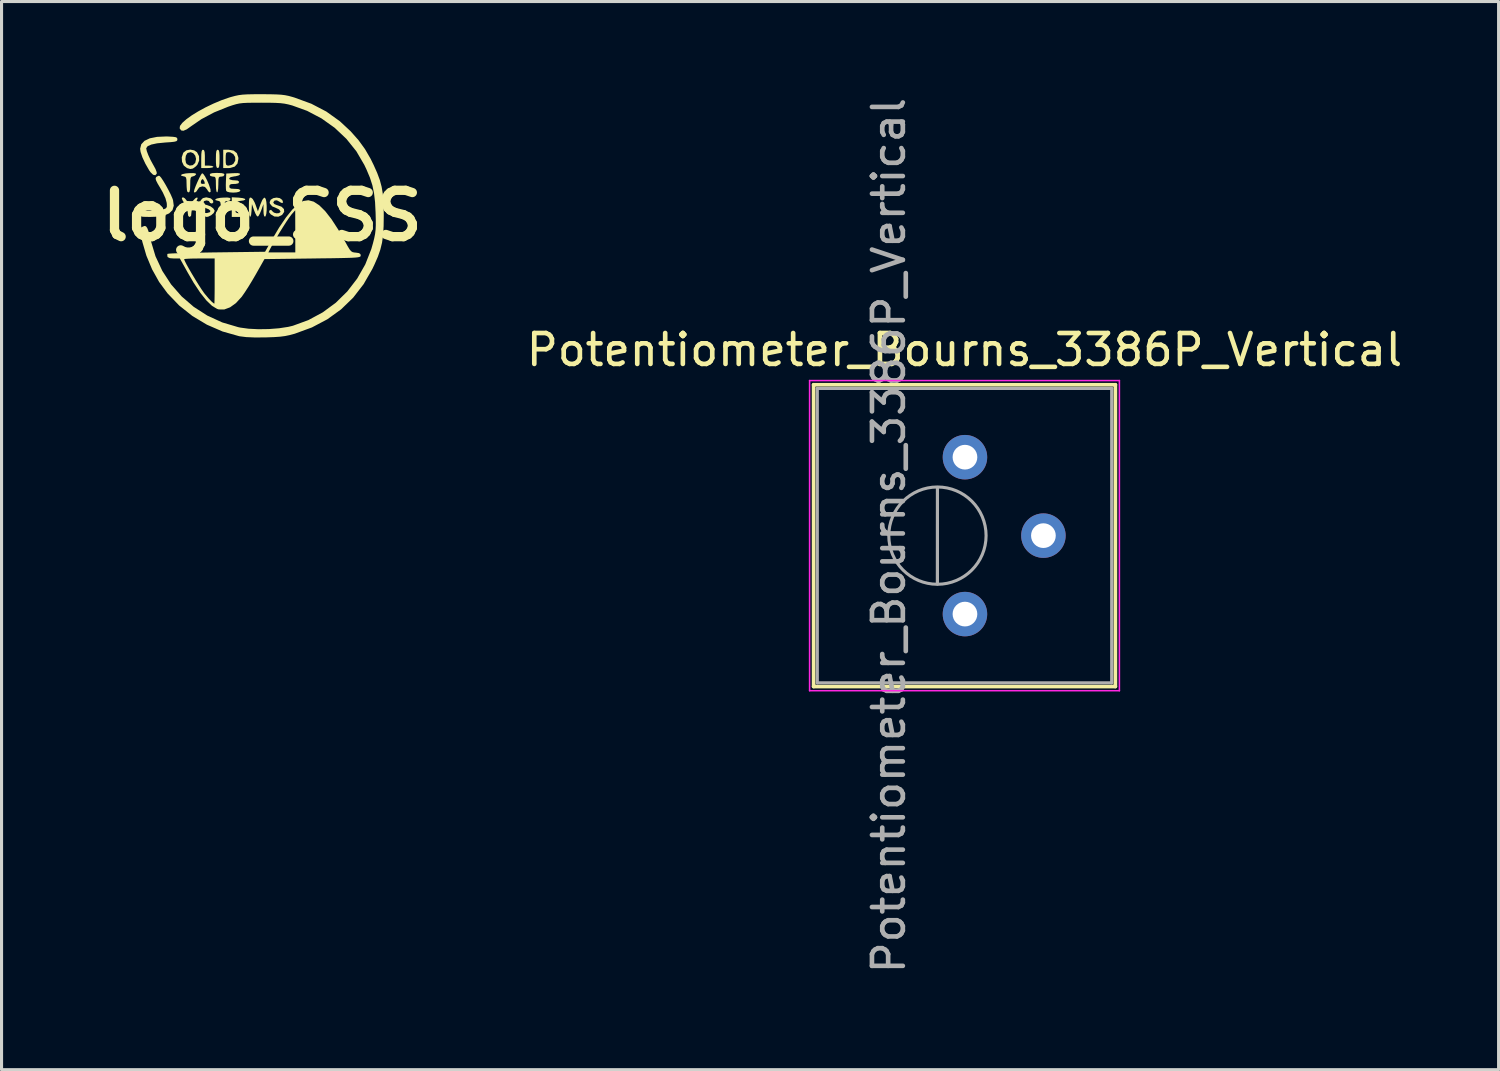
<source format=kicad_pcb>
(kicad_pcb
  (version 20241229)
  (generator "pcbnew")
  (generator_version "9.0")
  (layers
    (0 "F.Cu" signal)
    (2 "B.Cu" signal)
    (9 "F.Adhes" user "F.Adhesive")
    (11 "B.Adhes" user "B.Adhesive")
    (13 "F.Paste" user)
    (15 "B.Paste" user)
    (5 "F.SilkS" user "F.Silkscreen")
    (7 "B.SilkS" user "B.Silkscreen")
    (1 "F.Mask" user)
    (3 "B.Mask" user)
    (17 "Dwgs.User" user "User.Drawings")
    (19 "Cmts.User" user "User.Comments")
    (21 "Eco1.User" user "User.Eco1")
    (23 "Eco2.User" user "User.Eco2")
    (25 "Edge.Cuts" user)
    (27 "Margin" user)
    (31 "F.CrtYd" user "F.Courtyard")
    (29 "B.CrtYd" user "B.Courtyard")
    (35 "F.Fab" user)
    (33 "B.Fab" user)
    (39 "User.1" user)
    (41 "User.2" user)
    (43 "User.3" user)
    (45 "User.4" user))
  (footprint "logo_SSS"
    (layer "F.Cu")
    (at 5.443 3.934)
    (property "Reference" "logo_SSS" (at 0 0 0) (layer "F.SilkS") (effects (font (size 1.5 1.5) (thickness 0.3))))
    (attr board_only exclude_from_pos_files exclude_from_bom)
    (fp_poly (pts (xy -1.413 -2.121) (xy -1.394 -2.065) (xy -1.386 -1.954) (xy -1.385 -1.84) (xy -1.388 -1.683) (xy -1.399 -1.591) (xy -1.421 -1.55) (xy -1.444 -1.543) (xy -1.475 -1.559) (xy -1.494 -1.615) (xy -1.502 -1.726) (xy -1.503 -1.84) (xy -1.5 -1.996) (xy -1.489 -2.088) (xy -1.467 -2.13) (xy -1.444 -2.136)) (stroke (width 0) (type solid)) (fill yes) (layer "F.SilkS"))
    (fp_poly (pts (xy -1.886 -2.119) (xy -1.867 -2.058) (xy -1.86 -1.938) (xy -1.86 -1.879) (xy -1.86 -1.622) (xy -1.721 -1.622) (xy -1.63 -1.612) (xy -1.584 -1.588) (xy -1.583 -1.583) (xy -1.618 -1.56) (xy -1.709 -1.546) (xy -1.78 -1.543) (xy -1.978 -1.543) (xy -1.978 -1.84) (xy -1.975 -1.996) (xy -1.964 -2.088) (xy -1.942 -2.13) (xy -1.919 -2.136)) (stroke (width 0) (type solid)) (fill yes) (layer "F.SilkS"))
    (fp_poly (pts (xy -2.094 -0.566) (xy -2.124 -0.487) (xy -2.196 -0.379) (xy -2.279 -0.215) (xy -2.295 -0.105) (xy -2.306 -0.000235) (xy -2.345 0.039) (xy -2.354 0.04) (xy -2.398 0.01) (xy -2.413 -0.085) (xy -2.413 -0.101) (xy -2.443 -0.249) (xy -2.512 -0.387) (xy -2.584 -0.501) (xy -2.607 -0.565) (xy -2.586 -0.591) (xy -2.56 -0.593) (xy -2.508 -0.562) (xy -2.446 -0.486) (xy -2.436 -0.469) (xy -2.362 -0.344) (xy -2.259 -0.469) (xy -2.167 -0.564) (xy -2.111 -0.594)) (stroke (width 0) (type solid)) (fill yes) (layer "F.SilkS"))
    (fp_poly (pts (xy -2.164 -1.37) (xy -2.144 -1.346) (xy -2.145 -1.337) (xy -2.194 -1.291) (xy -2.248 -1.273) (xy -2.295 -1.259) (xy -2.321 -1.221) (xy -2.332 -1.14) (xy -2.334 -1.006) (xy -2.34 -0.851) (xy -2.36 -0.769) (xy -2.395 -0.754) (xy -2.427 -0.778) (xy -2.441 -0.829) (xy -2.45 -0.934) (xy -2.453 -1.033) (xy -2.456 -1.162) (xy -2.47 -1.233) (xy -2.502 -1.264) (xy -2.542 -1.273) (xy -2.622 -1.294) (xy -2.632 -1.321) (xy -2.58 -1.348) (xy -2.477 -1.369) (xy -2.38 -1.377) (xy -2.239 -1.38)) (stroke (width 0) (type solid)) (fill yes) (layer "F.SilkS"))
    (fp_poly (pts (xy -1.061 -0.579) (xy -1.031 -0.554) (xy -1.029 -0.536) (xy -1.063 -0.486) (xy -1.128 -0.475) (xy -1.181 -0.47) (xy -1.21 -0.445) (xy -1.223 -0.381) (xy -1.226 -0.26) (xy -1.226 -0.218) (xy -1.232 -0.062) (xy -1.251 0.021) (xy -1.286 0.037) (xy -1.319 0.013) (xy -1.333 -0.038) (xy -1.343 -0.143) (xy -1.345 -0.241) (xy -1.348 -0.371) (xy -1.362 -0.441) (xy -1.395 -0.473) (xy -1.434 -0.482) (xy -1.514 -0.503) (xy -1.523 -0.53) (xy -1.472 -0.557) (xy -1.369 -0.578) (xy -1.276 -0.585) (xy -1.137 -0.589)) (stroke (width 0) (type solid)) (fill yes) (layer "F.SilkS"))
    (fp_poly (pts (xy -1.326 -1.38) (xy -1.252 -1.364) (xy -1.227 -1.333) (xy -1.226 -1.325) (xy -1.261 -1.278) (xy -1.325 -1.266) (xy -1.379 -1.262) (xy -1.408 -1.236) (xy -1.421 -1.172) (xy -1.424 -1.051) (xy -1.424 -1.009) (xy -1.43 -0.874) (xy -1.445 -0.782) (xy -1.464 -0.752) (xy -1.485 -0.788) (xy -1.499 -0.884) (xy -1.503 -1.009) (xy -1.505 -1.147) (xy -1.515 -1.224) (xy -1.54 -1.258) (xy -1.586 -1.266) (xy -1.602 -1.266) (xy -1.682 -1.287) (xy -1.701 -1.325) (xy -1.683 -1.36) (xy -1.618 -1.378) (xy -1.492 -1.385) (xy -1.464 -1.385)) (stroke (width 0) (type solid)) (fill yes) (layer "F.SilkS"))
    (fp_poly (pts (xy -0.931 -2.109) (xy -0.826 -2.027) (xy -0.778 -1.891) (xy -0.775 -1.84) (xy -0.805 -1.688) (xy -0.893 -1.59) (xy -1.039 -1.546) (xy -1.094 -1.543) (xy -1.266 -1.543) (xy -1.266 -1.84) (xy -1.187 -1.84) (xy -1.184 -1.715) (xy -1.171 -1.65) (xy -1.137 -1.626) (xy -1.091 -1.622) (xy -0.989 -1.647) (xy -0.933 -1.684) (xy -0.875 -1.788) (xy -0.88 -1.9) (xy -0.938 -1.995) (xy -1.039 -2.051) (xy -1.091 -2.057) (xy -1.146 -2.051) (xy -1.175 -2.02) (xy -1.185 -1.945) (xy -1.187 -1.84) (xy -1.266 -1.84) (xy -1.266 -2.136) (xy -1.094 -2.136)) (stroke (width 0) (type solid)) (fill yes) (layer "F.SilkS"))
    (fp_poly (pts (xy -0.771 -0.586) (xy -0.635 -0.57) (xy -0.56 -0.545) (xy -0.552 -0.517) (xy -0.614 -0.493) (xy -0.702 -0.482) (xy -0.821 -0.46) (xy -0.872 -0.422) (xy -0.854 -0.382) (xy -0.764 -0.353) (xy -0.725 -0.349) (xy -0.611 -0.326) (xy -0.563 -0.291) (xy -0.583 -0.257) (xy -0.674 -0.238) (xy -0.709 -0.237) (xy -0.814 -0.231) (xy -0.861 -0.205) (xy -0.87 -0.158) (xy -0.859 -0.109) (xy -0.81 -0.085) (xy -0.705 -0.079) (xy -0.692 -0.079) (xy -0.575 -0.071) (xy -0.522 -0.045) (xy -0.514 -0.02) (xy -0.533 0.015) (xy -0.597 0.033) (xy -0.723 0.039) (xy -0.752 0.04) (xy -0.989 0.04) (xy -0.989 -0.279) (xy -0.989 -0.597)) (stroke (width 0) (type solid)) (fill yes) (layer "F.SilkS"))
    (fp_poly (pts (xy -2.206 -2.116) (xy -2.115 -2.055) (xy -2.049 -1.929) (xy -2.045 -1.785) (xy -2.102 -1.651) (xy -2.151 -1.597) (xy -2.247 -1.527) (xy -2.329 -1.511) (xy -2.435 -1.541) (xy -2.44 -1.543) (xy -2.542 -1.623) (xy -2.6 -1.746) (xy -2.605 -1.826) (xy -2.491 -1.826) (xy -2.474 -1.718) (xy -2.445 -1.67) (xy -2.351 -1.623) (xy -2.25 -1.638) (xy -2.174 -1.709) (xy -2.17 -1.718) (xy -2.145 -1.837) (xy -2.171 -1.944) (xy -2.234 -2.022) (xy -2.319 -2.057) (xy -2.413 -2.033) (xy -2.434 -2.017) (xy -2.477 -1.939) (xy -2.491 -1.826) (xy -2.605 -1.826) (xy -2.609 -1.89) (xy -2.563 -2.027) (xy -2.55 -2.049) (xy -2.459 -2.117) (xy -2.334 -2.14)) (stroke (width 0) (type solid)) (fill yes) (layer "F.SilkS"))
    (fp_poly (pts (xy -1.909 -1.35) (xy -1.853 -1.269) (xy -1.791 -1.151) (xy -1.732 -1.015) (xy -1.686 -0.88) (xy -1.678 -0.852) (xy -1.674 -0.773) (xy -1.705 -0.753) (xy -1.755 -0.794) (xy -1.788 -0.851) (xy -1.856 -0.931) (xy -1.939 -0.95) (xy -2.038 -0.92) (xy -2.09 -0.851) (xy -2.135 -0.783) (xy -2.183 -0.75) (xy -2.212 -0.763) (xy -2.214 -0.781) (xy -2.197 -0.853) (xy -2.156 -0.964) (xy -2.101 -1.094) (xy -2.094 -1.108) (xy -1.99 -1.108) (xy -1.988 -1.045) (xy -1.935 -1.029) (xy -1.873 -1.036) (xy -1.86 -1.045) (xy -1.877 -1.11) (xy -1.913 -1.17) (xy -1.938 -1.187) (xy -1.972 -1.154) (xy -1.99 -1.108) (xy -2.094 -1.108) (xy -2.042 -1.22) (xy -1.989 -1.32) (xy -1.952 -1.372) (xy -1.948 -1.375)) (stroke (width 0) (type solid)) (fill yes) (layer "F.SilkS"))
    (fp_poly (pts (xy -3.041 -2.564) (xy -2.891 -2.555) (xy -2.803 -2.542) (xy -2.762 -2.52) (xy -2.75 -2.482) (xy -2.75 -2.473) (xy -2.756 -2.437) (xy -2.785 -2.412) (xy -2.85 -2.395) (xy -2.965 -2.382) (xy -3.144 -2.37) (xy -3.154 -2.369) (xy -3.406 -2.344) (xy -3.594 -2.304) (xy -3.713 -2.251) (xy -3.758 -2.187) (xy -3.759 -2.18) (xy -3.74 -2.091) (xy -3.69 -1.959) (xy -3.619 -1.805) (xy -3.537 -1.655) (xy -3.522 -1.629) (xy -3.458 -1.511) (xy -3.421 -1.413) (xy -3.417 -1.364) (xy -3.465 -1.31) (xy -3.536 -1.326) (xy -3.62 -1.408) (xy -3.665 -1.472) (xy -3.788 -1.687) (xy -3.883 -1.89) (xy -3.941 -2.064) (xy -3.956 -2.168) (xy -3.92 -2.312) (xy -3.814 -2.425) (xy -3.642 -2.506) (xy -3.406 -2.553) (xy -3.11 -2.566)) (stroke (width 0) (type solid)) (fill yes) (layer "F.SilkS"))
    (fp_poly (pts (xy -0.734 -1.368) (xy -0.72 -1.341) (xy -0.721 -1.337) (xy -0.768 -1.303) (xy -0.864 -1.278) (xy -0.903 -1.274) (xy -1.023 -1.25) (xy -1.074 -1.212) (xy -1.055 -1.174) (xy -0.966 -1.15) (xy -0.91 -1.147) (xy -0.8 -1.138) (xy -0.755 -1.105) (xy -0.752 -1.088) (xy -0.778 -1.047) (xy -0.864 -1.03) (xy -0.91 -1.029) (xy -1.014 -1.022) (xy -1.059 -0.995) (xy -1.068 -0.95) (xy -1.057 -0.9) (xy -1.008 -0.877) (xy -0.903 -0.87) (xy -0.89 -0.87) (xy -0.773 -0.863) (xy -0.719 -0.836) (xy -0.712 -0.811) (xy -0.747 -0.776) (xy -0.833 -0.755) (xy -0.945 -0.748) (xy -1.056 -0.756) (xy -1.141 -0.779) (xy -1.17 -0.805) (xy -1.179 -0.871) (xy -1.182 -0.989) (xy -1.179 -1.112) (xy -1.167 -1.365) (xy -0.936 -1.377) (xy -0.802 -1.38)) (stroke (width 0) (type solid)) (fill yes) (layer "F.SilkS"))
    (fp_poly (pts (xy -0.366 -0.586) (xy -0.309 -0.539) (xy -0.248 -0.428) (xy -0.22 -0.358) (xy -0.143 -0.143) (xy -0.061 -0.369) (xy -0.001 -0.511) (xy 0.052 -0.578) (xy 0.079 -0.584) (xy 0.11 -0.542) (xy 0.131 -0.445) (xy 0.141 -0.317) (xy 0.141 -0.182) (xy 0.129 -0.064) (xy 0.106 0.013) (xy 0.089 0.03) (xy 0.058 0.014) (xy 0.042 -0.066) (xy 0.038 -0.165) (xy 0.036 -0.376) (xy -0.033 -0.181) (xy -0.08 -0.068) (xy -0.125 0.01) (xy -0.146 0.029) (xy -0.182 0.003) (xy -0.228 -0.079) (xy -0.263 -0.166) (xy -0.336 -0.376) (xy -0.348 -0.168) (xy -0.362 -0.032) (xy -0.382 0.031) (xy -0.403 0.026) (xy -0.421 -0.043) (xy -0.433 -0.171) (xy -0.435 -0.28) (xy -0.433 -0.439) (xy -0.426 -0.533) (xy -0.409 -0.578) (xy -0.379 -0.588)) (stroke (width 0) (type solid)) (fill yes) (layer "F.SilkS"))
    (fp_poly (pts (xy 0.567 -0.569) (xy 0.644 -0.511) (xy 0.647 -0.506) (xy 0.672 -0.435) (xy 0.642 -0.408) (xy 0.576 -0.437) (xy 0.556 -0.453) (xy 0.472 -0.498) (xy 0.397 -0.491) (xy 0.357 -0.438) (xy 0.356 -0.422) (xy 0.391 -0.376) (xy 0.475 -0.342) (xy 0.481 -0.341) (xy 0.623 -0.291) (xy 0.7 -0.215) (xy 0.708 -0.125) (xy 0.642 -0.028) (xy 0.64 -0.026) (xy 0.523 0.032) (xy 0.391 0.026) (xy 0.274 -0.043) (xy 0.273 -0.044) (xy 0.219 -0.113) (xy 0.228 -0.164) (xy 0.236 -0.172) (xy 0.283 -0.192) (xy 0.321 -0.148) (xy 0.378 -0.099) (xy 0.46 -0.077) (xy 0.538 -0.084) (xy 0.584 -0.118) (xy 0.586 -0.146) (xy 0.542 -0.203) (xy 0.462 -0.242) (xy 0.319 -0.303) (xy 0.246 -0.39) (xy 0.237 -0.439) (xy 0.271 -0.517) (xy 0.354 -0.568) (xy 0.461 -0.587)) (stroke (width 0) (type solid)) (fill yes) (layer "F.SilkS"))
    (fp_poly (pts (xy -3.327 -1.288) (xy -3.278 -1.234) (xy -3.206 -1.127) (xy -3.123 -0.987) (xy -3.039 -0.832) (xy -2.963 -0.682) (xy -2.909 -0.556) (xy -2.891 -0.503) (xy -2.867 -0.323) (xy -2.909 -0.18) (xy -3.018 -0.074) (xy -3.195 -0.003) (xy -3.442 0.033) (xy -3.61 0.039) (xy -3.776 0.038) (xy -3.878 0.033) (xy -3.932 0.019) (xy -3.953 -0.009) (xy -3.956 -0.055) (xy -3.956 -0.059) (xy -3.953 -0.109) (xy -3.932 -0.138) (xy -3.876 -0.153) (xy -3.771 -0.158) (xy -3.646 -0.158) (xy -3.477 -0.164) (xy -3.323 -0.179) (xy -3.213 -0.201) (xy -3.206 -0.203) (xy -3.126 -0.237) (xy -3.092 -0.282) (xy -3.091 -0.365) (xy -3.096 -0.417) (xy -3.135 -0.563) (xy -3.221 -0.752) (xy -3.301 -0.892) (xy -3.389 -1.04) (xy -3.438 -1.137) (xy -3.455 -1.198) (xy -3.444 -1.239) (xy -3.429 -1.257) (xy -3.363 -1.293)) (stroke (width 0) (type solid)) (fill yes) (layer "F.SilkS"))
    (fp_poly (pts (xy -1.686 -0.566) (xy -1.659 -0.553) (xy -1.599 -0.497) (xy -1.585 -0.437) (xy -1.62 -0.399) (xy -1.642 -0.396) (xy -1.695 -0.415) (xy -1.701 -0.431) (xy -1.733 -0.477) (xy -1.804 -0.495) (xy -1.876 -0.477) (xy -1.884 -0.471) (xy -1.921 -0.415) (xy -1.883 -0.372) (xy -1.786 -0.343) (xy -1.676 -0.302) (xy -1.587 -0.235) (xy -1.544 -0.165) (xy -1.543 -0.155) (xy -1.576 -0.086) (xy -1.655 -0.016) (xy -1.75 0.031) (xy -1.8 0.04) (xy -1.902 0.012) (xy -1.978 -0.04) (xy -2.036 -0.11) (xy -2.057 -0.158) (xy -2.032 -0.195) (xy -1.977 -0.19) (xy -1.929 -0.148) (xy -1.923 -0.136) (xy -1.866 -0.089) (xy -1.794 -0.086) (xy -1.7 -0.113) (xy -1.679 -0.155) (xy -1.731 -0.205) (xy -1.828 -0.246) (xy -1.948 -0.3) (xy -2.004 -0.363) (xy -2.011 -0.391) (xy -1.995 -0.499) (xy -1.924 -0.57) (xy -1.815 -0.595)) (stroke (width 0) (type solid)) (fill yes) (layer "F.SilkS"))
    (fp_poly (pts (xy 1.661 -0.456) (xy 1.842 -0.339) (xy 2.035 -0.149) (xy 2.241 0.115) (xy 2.461 0.454) (xy 2.671 0.82) (xy 2.76 0.982) (xy 2.824 1.088) (xy 2.875 1.149) (xy 2.926 1.18) (xy 2.988 1.192) (xy 3.027 1.195) (xy 3.131 1.211) (xy 3.177 1.244) (xy 3.185 1.286) (xy 3.183 1.306) (xy 3.172 1.322) (xy 3.144 1.335) (xy 3.093 1.346) (xy 3.011 1.355) (xy 2.892 1.362) (xy 2.726 1.367) (xy 2.508 1.372) (xy 2.23 1.377) (xy 1.885 1.381) (xy 1.627 1.385) (xy 0.069 1.405) (xy -0.213 1.903) (xy -0.331 2.105) (xy -0.453 2.305) (xy -0.566 2.48) (xy -0.657 2.611) (xy -0.669 2.627) (xy -0.854 2.829) (xy -1.044 2.966) (xy -1.232 3.036) (xy -1.41 3.034) (xy -1.464 3.017) (xy -1.628 2.919) (xy -1.81 2.744) (xy -2.009 2.494) (xy -2.225 2.168) (xy -2.413 1.845) (xy -2.657 1.408) (xy -2.532 1.408) (xy -2.512 1.462) (xy -2.458 1.569) (xy -2.378 1.713) (xy -2.281 1.88) (xy -2.175 2.056) (xy -2.07 2.226) (xy -1.973 2.376) (xy -1.894 2.491) (xy -1.863 2.531) (xy -1.736 2.681) (xy -1.634 2.788) (xy -1.566 2.842) (xy -1.553 2.847) (xy -1.55 2.81) (xy -1.547 2.706) (xy -1.545 2.548) (xy -1.543 2.347) (xy -1.543 2.117) (xy -1.543 1.385) (xy -2.038 1.385) (xy -2.225 1.386) (xy -2.38 1.391) (xy -2.487 1.398) (xy -2.532 1.407) (xy -2.532 1.408) (xy -2.657 1.408) (xy -2.67 1.385) (xy -2.859 1.385) (xy -2.993 1.375) (xy -3.061 1.342) (xy -3.072 1.324) (xy -3.078 1.256) (xy -3.068 1.235) (xy -3.023 1.228) (xy -2.908 1.221) (xy -2.732 1.214) (xy -2.502 1.207) (xy -2.227 1.2) (xy -1.916 1.194) (xy -1.578 1.188) (xy -1.476 1.187) (xy 0.196 1.187) (xy 0.632 1.187) (xy 1.068 1.187) (xy 1.067 0.504) (xy 1.065 -0.178) (xy 0.945 -0.04) (xy 0.879 0.048) (xy 0.784 0.187) (xy 0.672 0.362) (xy 0.552 0.555) (xy 0.436 0.749) (xy 0.333 0.928) (xy 0.262 1.059) (xy 0.196 1.187) (xy -1.476 1.187) (xy 0.089 1.167) (xy 0.313 0.771) (xy 0.549 0.375) (xy 0.767 0.054) (xy 0.966 -0.193) (xy 1.148 -0.367) (xy 1.313 -0.47) (xy 1.331 -0.477) (xy 1.491 -0.501)) (stroke (width 0) (type solid)) (fill yes) (layer "F.SilkS"))
    (fp_poly (pts (xy 0 -3.934) (xy 0.259 -3.932) (xy 0.456 -3.927) (xy 0.609 -3.918) (xy 0.737 -3.902) (xy 0.855 -3.878) (xy 0.983 -3.843) (xy 1.048 -3.823) (xy 1.588 -3.625) (xy 2.073 -3.372) (xy 2.51 -3.059) (xy 2.857 -2.736) (xy 3.114 -2.446) (xy 3.323 -2.158) (xy 3.506 -1.843) (xy 3.605 -1.641) (xy 3.719 -1.385) (xy 3.804 -1.156) (xy 3.863 -0.936) (xy 3.902 -0.703) (xy 3.923 -0.439) (xy 3.931 -0.122) (xy 3.932 0) (xy 3.927 0.343) (xy 3.91 0.627) (xy 3.876 0.873) (xy 3.82 1.101) (xy 3.74 1.331) (xy 3.629 1.584) (xy 3.564 1.721) (xy 3.28 2.215) (xy 2.942 2.653) (xy 2.549 3.033) (xy 2.104 3.354) (xy 1.608 3.616) (xy 1.063 3.816) (xy 1.048 3.821) (xy 0.886 3.865) (xy 0.736 3.896) (xy 0.575 3.917) (xy 0.381 3.93) (xy 0.133 3.939) (xy 0.099 3.94) (xy -0.248 3.942) (xy -0.522 3.93) (xy -0.729 3.904) (xy -0.752 3.9) (xy -1.286 3.749) (xy -1.793 3.529) (xy -2.264 3.247) (xy -2.692 2.907) (xy -3.068 2.515) (xy -3.341 2.145) (xy -3.568 1.738) (xy -3.753 1.295) (xy -3.885 0.844) (xy -3.934 0.586) (xy -3.946 0.47) (xy -3.934 0.405) (xy -3.893 0.365) (xy -3.875 0.355) (xy -3.815 0.332) (xy -3.767 0.343) (xy -3.726 0.398) (xy -3.685 0.506) (xy -3.641 0.677) (xy -3.613 0.799) (xy -3.459 1.312) (xy -3.237 1.788) (xy -2.953 2.224) (xy -2.611 2.614) (xy -2.219 2.952) (xy -1.78 3.234) (xy -1.3 3.454) (xy -0.784 3.607) (xy -0.715 3.622) (xy -0.443 3.659) (xy -0.124 3.675) (xy 0.213 3.67) (xy 0.543 3.644) (xy 0.838 3.599) (xy 0.989 3.563) (xy 1.49 3.38) (xy 1.954 3.13) (xy 2.377 2.819) (xy 2.751 2.452) (xy 3.071 2.036) (xy 3.333 1.577) (xy 3.529 1.08) (xy 3.583 0.89) (xy 3.624 0.727) (xy 3.651 0.59) (xy 3.667 0.458) (xy 3.674 0.309) (xy 3.673 0.122) (xy 3.667 -0.099) (xy 3.65 -0.44) (xy 3.617 -0.727) (xy 3.564 -0.983) (xy 3.484 -1.232) (xy 3.372 -1.498) (xy 3.304 -1.642) (xy 3.045 -2.085) (xy 2.722 -2.488) (xy 2.343 -2.846) (xy 1.916 -3.15) (xy 1.45 -3.395) (xy 0.969 -3.569) (xy 0.841 -3.603) (xy 0.719 -3.628) (xy 0.588 -3.644) (xy 0.43 -3.653) (xy 0.227 -3.658) (xy -0.038 -3.659) (xy -0.04 -3.659) (xy -0.291 -3.658) (xy -0.481 -3.655) (xy -0.625 -3.648) (xy -0.742 -3.634) (xy -0.848 -3.611) (xy -0.961 -3.578) (xy -1.097 -3.532) (xy -1.108 -3.528) (xy -1.559 -3.346) (xy -1.971 -3.127) (xy -2.297 -2.903) (xy -2.447 -2.796) (xy -2.555 -2.75) (xy -2.628 -2.761) (xy -2.676 -2.828) (xy -2.676 -2.83) (xy -2.666 -2.907) (xy -2.591 -3.006) (xy -2.461 -3.122) (xy -2.286 -3.248) (xy -2.075 -3.378) (xy -1.839 -3.507) (xy -1.587 -3.628) (xy -1.328 -3.737) (xy -1.073 -3.826) (xy -1.009 -3.845) (xy -0.882 -3.879) (xy -0.763 -3.904) (xy -0.636 -3.92) (xy -0.482 -3.929) (xy -0.286 -3.933) (xy -0.03 -3.934)) (stroke (width 0) (type solid)) (fill yes) (layer "F.SilkS")))
  (footprint "Potentiometer_Bourns_3386P_Vertical"
    (layer "F.Cu")
    (at 28.192 16.832)
    (property "Reference" "Potentiometer_Bourns_3386P_Vertical" (at -0.015 -8.555 0) (layer "F.SilkS") (effects (font (size 1 1) (thickness 0.15))))
    (attr through_hole)
    (fp_line (start -4.9 -7.425) (end -4.9 2.345) (stroke (width 0.12) (type solid)) (layer "F.SilkS"))
    (fp_line (start -4.9 -7.425) (end 4.87 -7.425) (stroke (width 0.12) (type solid)) (layer "F.SilkS"))
    (fp_line (start -4.9 2.345) (end 4.87 2.345) (stroke (width 0.12) (type solid)) (layer "F.SilkS"))
    (fp_line (start 4.87 -7.425) (end 4.87 2.345) (stroke (width 0.12) (type solid)) (layer "F.SilkS"))
    (fp_line (start -5.03 -7.56) (end -5.03 2.48) (stroke (width 0.05) (type solid)) (layer "F.CrtYd"))
    (fp_line (start -5.03 2.48) (end 5 2.48) (stroke (width 0.05) (type solid)) (layer "F.CrtYd"))
    (fp_line (start 5 -7.56) (end -5.03 -7.56) (stroke (width 0.05) (type solid)) (layer "F.CrtYd"))
    (fp_line (start 5 2.48) (end 5 -7.56) (stroke (width 0.05) (type solid)) (layer "F.CrtYd"))
    (fp_line (start -4.78 -7.305) (end -4.78 2.225) (stroke (width 0.1) (type solid)) (layer "F.Fab"))
    (fp_line (start -4.78 2.225) (end 4.75 2.225) (stroke (width 0.1) (type solid)) (layer "F.Fab"))
    (fp_line (start -0.891 -0.98) (end -0.89 -4.099) (stroke (width 0.1) (type solid)) (layer "F.Fab"))
    (fp_line (start -0.891 -0.98) (end -0.89 -4.099) (stroke (width 0.1) (type solid)) (layer "F.Fab"))
    (fp_line (start 4.75 -7.305) (end -4.78 -7.305) (stroke (width 0.1) (type solid)) (layer "F.Fab"))
    (fp_line (start 4.75 2.225) (end 4.75 -7.305) (stroke (width 0.1) (type solid)) (layer "F.Fab"))
    (fp_circle (center -0.891 -2.54) (end 0.684 -2.54) (stroke (width 0.1) (type solid)) (fill no) (layer "F.Fab"))
    (fp_text user "${REFERENCE}" (at -2.466 -2.54 90) (layer "F.Fab") (effects (font (size 1 1) (thickness 0.15))))
    (pad "1" thru_hole circle (at 0 0) (size 1.44 1.44) (drill 0.8) (layers "*.Cu" "*.Mask"))
    (pad "2" thru_hole circle (at 2.54 -2.54) (size 1.44 1.44) (drill 0.8) (layers "*.Cu" "*.Mask"))
    (pad "3" thru_hole circle (at 0 -5.08) (size 1.44 1.44) (drill 0.8) (layers "*.Cu" "*.Mask")))
  (gr_rect
    (start -3 -3)
    (end 45.469 31.583)
    (stroke (width 0.1) (type default))
    (fill no)
    (layer "Edge.Cuts")))
</source>
